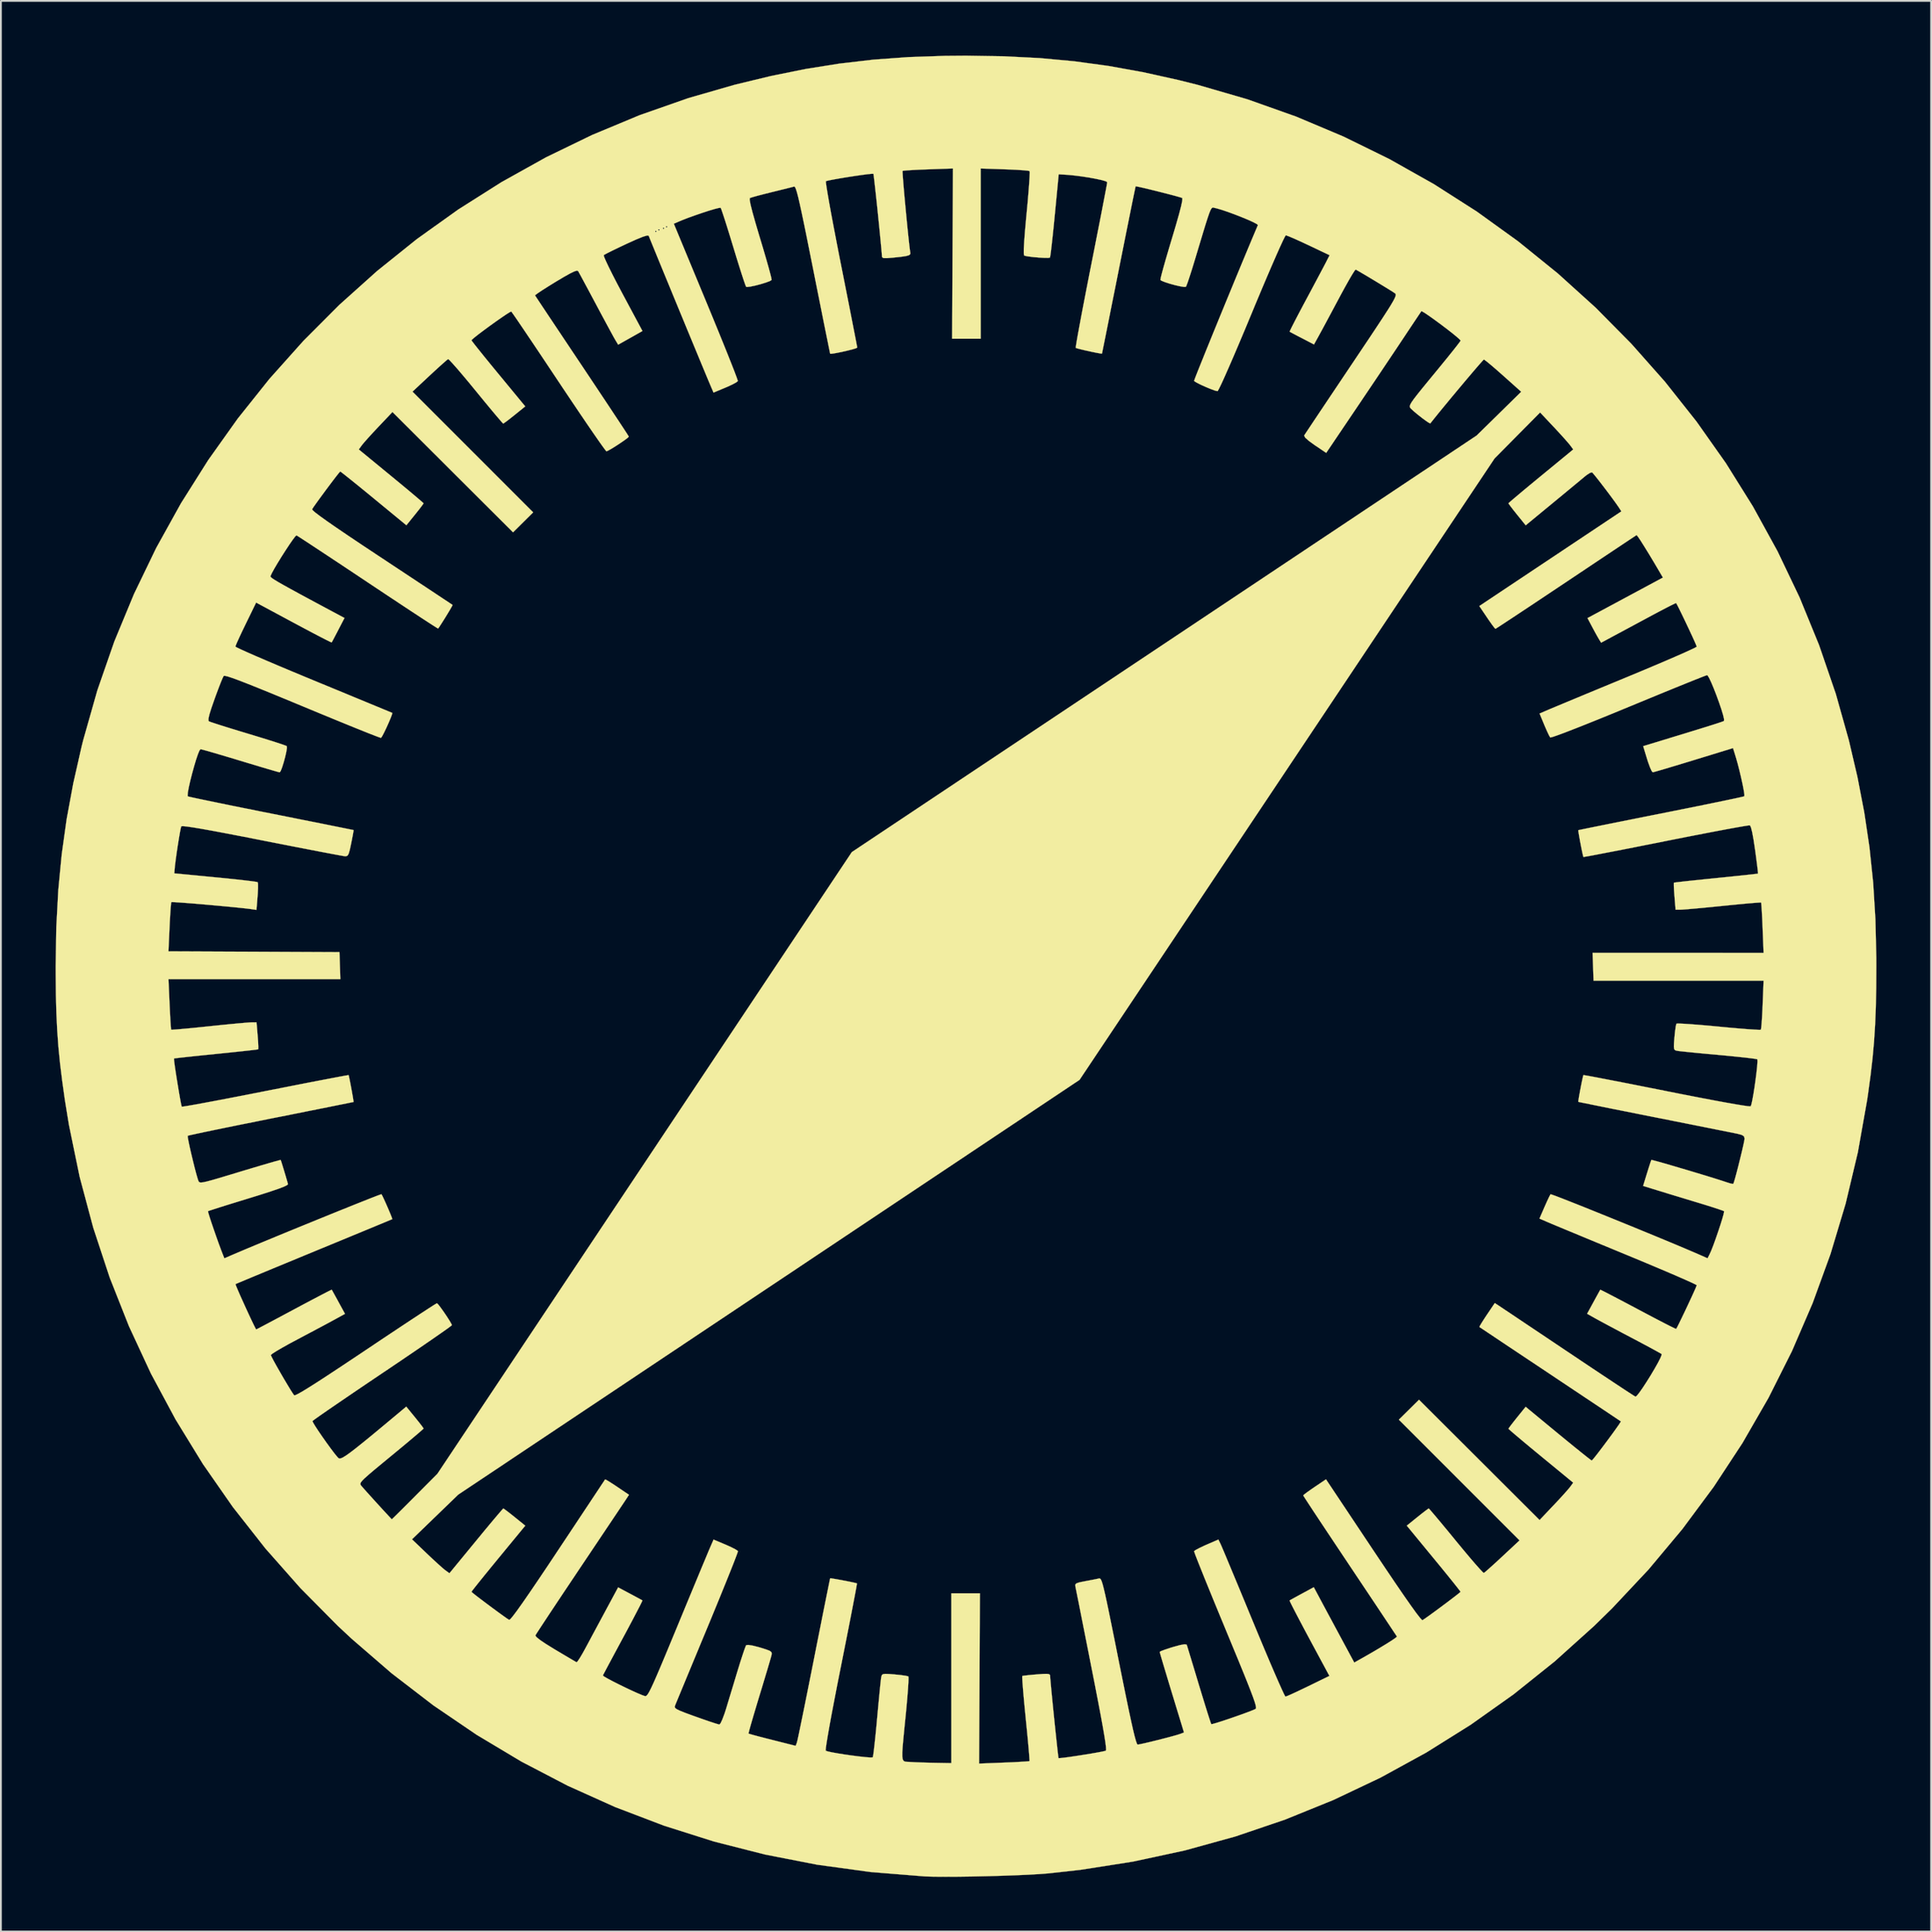
<source format=kicad_pcb>
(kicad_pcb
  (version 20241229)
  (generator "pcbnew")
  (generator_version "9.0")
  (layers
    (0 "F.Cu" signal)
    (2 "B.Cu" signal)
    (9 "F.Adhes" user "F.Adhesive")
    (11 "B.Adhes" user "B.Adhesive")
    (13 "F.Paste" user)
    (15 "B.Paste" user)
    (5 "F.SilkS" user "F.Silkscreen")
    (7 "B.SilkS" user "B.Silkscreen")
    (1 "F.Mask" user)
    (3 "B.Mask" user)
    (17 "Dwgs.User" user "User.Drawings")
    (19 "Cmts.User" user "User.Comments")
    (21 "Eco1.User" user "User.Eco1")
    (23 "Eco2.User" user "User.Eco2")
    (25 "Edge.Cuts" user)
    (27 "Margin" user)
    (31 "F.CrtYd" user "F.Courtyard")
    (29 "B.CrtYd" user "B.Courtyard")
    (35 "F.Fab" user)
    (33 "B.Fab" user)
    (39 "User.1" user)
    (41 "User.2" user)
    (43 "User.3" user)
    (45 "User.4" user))
  (footprint "safari_10x10_F"
    (layer "F.Cu")
    (at 49.906 49.906)
    (property "Reference" "safari_10x10_F" (at 0 0 0) (layer "F.SilkS") (effects (font (size 1.524 1.524) (thickness 0.3))))
    (attr through_hole)
    (fp_poly (pts (xy 2.123 -49.868) (xy 4.089 -49.768) (xy 5.984 -49.593) (xy 7.849 -49.339) (xy 9.727 -49.001) (xy 11.66 -48.573) (xy 12.742 -48.303) (xy 15.476 -47.509) (xy 18.145 -46.562) (xy 20.744 -45.467) (xy 23.268 -44.229) (xy 25.711 -42.854) (xy 28.069 -41.347) (xy 30.335 -39.713) (xy 32.506 -37.957) (xy 34.575 -36.086) (xy 36.537 -34.103) (xy 38.387 -32.015) (xy 40.12 -29.827) (xy 41.731 -27.544) (xy 43.213 -25.171) (xy 44.563 -22.713) (xy 45.774 -20.177) (xy 46.842 -17.567) (xy 47.761 -14.888) (xy 48.475 -12.348) (xy 48.946 -10.335) (xy 49.321 -8.389) (xy 49.608 -6.467) (xy 49.81 -4.526) (xy 49.933 -2.524) (xy 49.983 -0.418) (xy 49.984 0.042) (xy 49.978 1.233) (xy 49.956 2.295) (xy 49.917 3.266) (xy 49.858 4.186) (xy 49.776 5.096) (xy 49.668 6.033) (xy 49.532 7.037) (xy 49.48 7.39) (xy 48.97 10.261) (xy 48.299 13.08) (xy 47.47 15.842) (xy 46.487 18.542) (xy 45.352 21.175) (xy 44.067 23.735) (xy 42.635 26.219) (xy 41.059 28.619) (xy 39.342 30.933) (xy 37.485 33.153) (xy 35.492 35.276) (xy 34.502 36.246) (xy 32.336 38.195) (xy 30.076 40.004) (xy 27.727 41.67) (xy 25.294 43.193) (xy 22.782 44.569) (xy 20.196 45.796) (xy 17.54 46.873) (xy 14.819 47.797) (xy 12.038 48.565) (xy 9.201 49.176) (xy 6.315 49.628) (xy 4.53 49.825) (xy 4.048 49.861) (xy 3.438 49.896) (xy 2.733 49.927) (xy 1.964 49.954) (xy 1.164 49.976) (xy 0.365 49.993) (xy -0.4 50.004) (xy -1.099 50.007) (xy -1.7 50.003) (xy -2.17 49.99) (xy -2.244 49.986) (xy -5.207 49.746) (xy -8.121 49.346) (xy -10.982 48.788) (xy -13.786 48.074) (xy -16.528 47.205) (xy -19.206 46.184) (xy -21.814 45.011) (xy -24.349 43.689) (xy -26.806 42.219) (xy -29.182 40.603) (xy -31.472 38.843) (xy -33.673 36.941) (xy -34.417 36.246) (xy -36.473 34.171) (xy -38.395 31.996) (xy -38.788 31.495) (xy -30.353 31.495) (xy -29.549 32.265) (xy -29.226 32.57) (xy -28.928 32.844) (xy -28.686 33.06) (xy -28.531 33.189) (xy -28.521 33.196) (xy -28.298 33.356) (xy -26.838 31.58) (xy -26.453 31.112) (xy -26.104 30.691) (xy -25.803 30.332) (xy -25.567 30.054) (xy -25.409 29.872) (xy -25.343 29.803) (xy -25.343 29.803) (xy -25.265 29.852) (xy -25.088 29.985) (xy -24.844 30.177) (xy -24.722 30.274) (xy -24.139 30.746) (xy -25.615 32.539) (xy -26.001 33.01) (xy -26.35 33.438) (xy -26.647 33.806) (xy -26.878 34.095) (xy -27.031 34.29) (xy -27.09 34.373) (xy -27.09 34.375) (xy -27.026 34.434) (xy -26.854 34.571) (xy -26.601 34.765) (xy -26.298 34.994) (xy -25.972 35.237) (xy -25.653 35.472) (xy -25.368 35.679) (xy -25.147 35.835) (xy -25.021 35.917) (xy -24.955 35.872) (xy -24.811 35.702) (xy -24.588 35.404) (xy -24.283 34.976) (xy -23.895 34.414) (xy -23.422 33.718) (xy -22.861 32.883) (xy -22.345 32.107) (xy -21.863 31.382) (xy -21.41 30.7) (xy -20.995 30.074) (xy -20.625 29.517) (xy -20.31 29.042) (xy -20.058 28.662) (xy -19.877 28.389) (xy -19.776 28.236) (xy -19.758 28.208) (xy -19.685 28.239) (xy -19.506 28.347) (xy -19.25 28.512) (xy -19.095 28.616) (xy -18.448 29.052) (xy -18.601 29.285) (xy -18.677 29.4) (xy -18.838 29.641) (xy -19.074 29.994) (xy -19.375 30.444) (xy -19.733 30.977) (xy -20.136 31.579) (xy -20.576 32.236) (xy -21.043 32.932) (xy -21.148 33.089) (xy -21.615 33.787) (xy -22.054 34.443) (xy -22.455 35.046) (xy -22.81 35.58) (xy -23.108 36.032) (xy -23.342 36.388) (xy -23.502 36.634) (xy -23.579 36.758) (xy -23.584 36.768) (xy -23.529 36.855) (xy -23.333 37.014) (xy -23.005 37.235) (xy -22.555 37.514) (xy -22.502 37.545) (xy -22.111 37.778) (xy -21.771 37.979) (xy -21.51 38.133) (xy -21.354 38.224) (xy -21.322 38.242) (xy -21.263 38.184) (xy -21.143 38.004) (xy -20.983 37.732) (xy -20.824 37.444) (xy -20.622 37.067) (xy -20.368 36.593) (xy -20.088 36.073) (xy -19.812 35.559) (xy -19.713 35.375) (xy -19.043 34.131) (xy -18.39 34.479) (xy -18.095 34.637) (xy -17.862 34.762) (xy -17.729 34.835) (xy -17.711 34.846) (xy -17.742 34.923) (xy -17.844 35.129) (xy -18.007 35.445) (xy -18.22 35.852) (xy -18.473 36.33) (xy -18.757 36.859) (xy -18.769 36.882) (xy -19.057 37.416) (xy -19.318 37.903) (xy -19.542 38.321) (xy -19.717 38.65) (xy -19.834 38.871) (xy -19.882 38.963) (xy -19.882 38.963) (xy -19.82 39.018) (xy -19.634 39.126) (xy -19.358 39.274) (xy -19.022 39.444) (xy -18.659 39.622) (xy -18.299 39.792) (xy -17.975 39.938) (xy -17.717 40.046) (xy -17.57 40.097) (xy -17.526 40.096) (xy -17.476 40.064) (xy -17.414 39.988) (xy -17.335 39.855) (xy -17.232 39.653) (xy -17.101 39.37) (xy -16.935 38.993) (xy -16.728 38.51) (xy -16.475 37.908) (xy -16.17 37.174) (xy -15.806 36.296) (xy -15.792 36.263) (xy -15.47 35.482) (xy -15.161 34.736) (xy -14.873 34.042) (xy -14.614 33.417) (xy -14.39 32.879) (xy -14.208 32.444) (xy -14.077 32.13) (xy -14.002 31.954) (xy -13.999 31.947) (xy -13.808 31.509) (xy -13.153 31.785) (xy -12.85 31.92) (xy -12.614 32.041) (xy -12.484 32.126) (xy -12.47 32.143) (xy -12.496 32.235) (xy -12.582 32.468) (xy -12.721 32.828) (xy -12.908 33.3) (xy -13.137 33.868) (xy -13.401 34.519) (xy -13.695 35.237) (xy -14.012 36.007) (xy -14.145 36.327) (xy -14.474 37.119) (xy -14.784 37.867) (xy -15.07 38.556) (xy -15.325 39.172) (xy -15.543 39.698) (xy -15.717 40.119) (xy -15.842 40.42) (xy -15.91 40.586) (xy -15.919 40.61) (xy -15.938 40.684) (xy -15.913 40.749) (xy -15.824 40.818) (xy -15.648 40.902) (xy -15.363 41.015) (xy -14.947 41.168) (xy -14.79 41.224) (xy -14.363 41.375) (xy -13.989 41.503) (xy -13.698 41.598) (xy -13.522 41.65) (xy -13.486 41.656) (xy -13.421 41.58) (xy -13.325 41.375) (xy -13.213 41.076) (xy -13.133 40.831) (xy -13.016 40.444) (xy -12.866 39.951) (xy -12.701 39.406) (xy -12.537 38.864) (xy -12.485 38.693) (xy -12.347 38.244) (xy -12.22 37.852) (xy -12.116 37.545) (xy -12.043 37.353) (xy -12.017 37.303) (xy -11.902 37.289) (xy -11.661 37.327) (xy -11.324 37.412) (xy -11.263 37.43) (xy -10.931 37.533) (xy -10.732 37.609) (xy -10.637 37.679) (xy -10.614 37.762) (xy -10.628 37.846) (xy -10.665 37.984) (xy -10.745 38.258) (xy -10.859 38.645) (xy -11.002 39.12) (xy -11.164 39.658) (xy -11.296 40.09) (xy -11.464 40.646) (xy -11.613 41.146) (xy -11.736 41.569) (xy -11.828 41.892) (xy -11.88 42.092) (xy -11.891 42.151) (xy -11.804 42.18) (xy -11.582 42.243) (xy -11.253 42.331) (xy -10.845 42.436) (xy -10.584 42.502) (xy -9.303 42.825) (xy -9.236 42.643) (xy -9.207 42.526) (xy -9.149 42.26) (xy -9.065 41.86) (xy -8.958 41.343) (xy -8.832 40.723) (xy -8.69 40.018) (xy -8.535 39.244) (xy -8.37 38.416) (xy -8.299 38.058) (xy -8.133 37.219) (xy -7.976 36.432) (xy -7.833 35.712) (xy -7.705 35.074) (xy -7.597 34.534) (xy -7.51 34.107) (xy -7.449 33.808) (xy -7.416 33.653) (xy -7.411 33.634) (xy -7.329 33.64) (xy -7.126 33.673) (xy -6.851 33.722) (xy -6.549 33.779) (xy -6.266 33.836) (xy -6.049 33.883) (xy -5.944 33.912) (xy -5.942 33.914) (xy -5.953 33.998) (xy -5.995 34.234) (xy -6.064 34.605) (xy -6.158 35.097) (xy -6.273 35.694) (xy -6.408 36.382) (xy -6.558 37.145) (xy -6.722 37.968) (xy -6.823 38.476) (xy -7.012 39.427) (xy -7.18 40.294) (xy -7.327 41.065) (xy -7.449 41.729) (xy -7.545 42.274) (xy -7.613 42.69) (xy -7.651 42.964) (xy -7.657 43.086) (xy -7.654 43.091) (xy -7.544 43.131) (xy -7.305 43.184) (xy -6.975 43.243) (xy -6.589 43.304) (xy -6.183 43.361) (xy -5.793 43.41) (xy -5.455 43.446) (xy -5.206 43.464) (xy -5.081 43.457) (xy -5.074 43.453) (xy -5.052 43.355) (xy -5.018 43.112) (xy -4.976 42.748) (xy -4.927 42.285) (xy -4.874 41.749) (xy -4.835 41.317) (xy -4.781 40.732) (xy -4.73 40.195) (xy -4.685 39.731) (xy -4.647 39.366) (xy -4.619 39.127) (xy -4.607 39.047) (xy -4.579 38.951) (xy -4.522 38.897) (xy -4.398 38.877) (xy -4.172 38.885) (xy -3.87 38.909) (xy -3.543 38.942) (xy -3.283 38.978) (xy -3.135 39.011) (xy -3.119 39.02) (xy -3.112 39.116) (xy -3.12 39.356) (xy -3.143 39.718) (xy -3.179 40.176) (xy -3.226 40.708) (xy -3.264 41.106) (xy -3.337 41.833) (xy -3.393 42.41) (xy -3.433 42.853) (xy -3.454 43.181) (xy -3.454 43.41) (xy -3.432 43.56) (xy -3.386 43.646) (xy -3.315 43.688) (xy -3.216 43.702) (xy -3.09 43.707) (xy -3.027 43.71) (xy -2.748 43.725) (xy -2.362 43.74) (xy -1.928 43.752) (xy -1.672 43.757) (xy -0.762 43.773) (xy -0.762 34.459) (xy 0.021 34.459) (xy 0.804 34.459) (xy 0.782 39.129) (xy 0.759 43.799) (xy 2.128 43.745) (xy 2.59 43.726) (xy 2.989 43.705) (xy 3.297 43.686) (xy 3.483 43.671) (xy 3.525 43.663) (xy 3.524 43.574) (xy 3.508 43.339) (xy 3.478 42.98) (xy 3.436 42.517) (xy 3.384 41.974) (xy 3.324 41.372) (xy 3.32 41.326) (xy 3.26 40.721) (xy 3.209 40.173) (xy 3.169 39.704) (xy 3.141 39.337) (xy 3.127 39.093) (xy 3.129 38.994) (xy 3.13 38.993) (xy 3.229 38.975) (xy 3.456 38.949) (xy 3.769 38.919) (xy 3.916 38.907) (xy 4.272 38.881) (xy 4.491 38.876) (xy 4.607 38.897) (xy 4.651 38.946) (xy 4.657 38.997) (xy 4.665 39.128) (xy 4.688 39.392) (xy 4.722 39.764) (xy 4.766 40.215) (xy 4.816 40.72) (xy 4.87 41.252) (xy 4.925 41.783) (xy 4.978 42.286) (xy 5.026 42.736) (xy 5.066 43.104) (xy 5.097 43.365) (xy 5.115 43.491) (xy 5.117 43.499) (xy 5.208 43.498) (xy 5.43 43.474) (xy 5.748 43.431) (xy 6.126 43.375) (xy 6.53 43.312) (xy 6.924 43.248) (xy 7.273 43.187) (xy 7.541 43.135) (xy 7.693 43.099) (xy 7.712 43.091) (xy 7.727 43.031) (xy 7.719 42.877) (xy 7.687 42.62) (xy 7.629 42.25) (xy 7.544 41.758) (xy 7.43 41.136) (xy 7.286 40.374) (xy 7.109 39.462) (xy 6.947 38.638) (xy 6.781 37.795) (xy 6.623 36.998) (xy 6.478 36.264) (xy 6.348 35.609) (xy 6.237 35.049) (xy 6.147 34.6) (xy 6.083 34.279) (xy 6.047 34.101) (xy 6.041 34.073) (xy 6.037 33.977) (xy 6.099 33.911) (xy 6.262 33.856) (xy 6.557 33.797) (xy 6.578 33.793) (xy 6.897 33.733) (xy 7.171 33.679) (xy 7.331 33.644) (xy 7.371 33.641) (xy 7.408 33.659) (xy 7.447 33.711) (xy 7.49 33.811) (xy 7.54 33.97) (xy 7.6 34.202) (xy 7.675 34.52) (xy 7.765 34.935) (xy 7.875 35.462) (xy 8.008 36.112) (xy 8.167 36.898) (xy 8.354 37.834) (xy 8.423 38.179) (xy 8.634 39.228) (xy 8.816 40.119) (xy 8.97 40.864) (xy 9.1 41.469) (xy 9.207 41.947) (xy 9.294 42.304) (xy 9.363 42.552) (xy 9.415 42.699) (xy 9.452 42.756) (xy 9.458 42.757) (xy 9.588 42.736) (xy 9.842 42.681) (xy 10.182 42.601) (xy 10.568 42.506) (xy 10.961 42.406) (xy 11.321 42.31) (xy 11.611 42.229) (xy 11.79 42.172) (xy 11.793 42.171) (xy 12.001 42.092) (xy 11.334 39.906) (xy 11.158 39.327) (xy 11 38.802) (xy 10.865 38.352) (xy 10.761 38) (xy 10.693 37.766) (xy 10.668 37.671) (xy 10.668 37.671) (xy 10.743 37.627) (xy 10.945 37.55) (xy 11.237 37.453) (xy 11.394 37.405) (xy 11.787 37.297) (xy 12.034 37.253) (xy 12.146 37.272) (xy 12.152 37.284) (xy 12.185 37.388) (xy 12.259 37.632) (xy 12.369 37.993) (xy 12.507 38.448) (xy 12.666 38.975) (xy 12.82 39.487) (xy 12.993 40.055) (xy 13.151 40.568) (xy 13.287 41.005) (xy 13.395 41.343) (xy 13.468 41.561) (xy 13.498 41.636) (xy 13.586 41.622) (xy 13.798 41.561) (xy 14.102 41.465) (xy 14.463 41.345) (xy 14.847 41.212) (xy 15.222 41.079) (xy 15.552 40.957) (xy 15.804 40.858) (xy 15.928 40.802) (xy 15.951 40.769) (xy 15.952 40.697) (xy 15.927 40.575) (xy 15.871 40.389) (xy 15.78 40.129) (xy 15.649 39.782) (xy 15.474 39.337) (xy 15.25 38.781) (xy 14.973 38.104) (xy 14.638 37.293) (xy 14.299 36.473) (xy 13.967 35.671) (xy 13.656 34.916) (xy 13.372 34.222) (xy 13.121 33.604) (xy 12.909 33.076) (xy 12.741 32.653) (xy 12.623 32.349) (xy 12.562 32.178) (xy 12.554 32.146) (xy 12.637 32.083) (xy 12.839 31.975) (xy 13.121 31.841) (xy 13.232 31.792) (xy 13.887 31.508) (xy 14 31.735) (xy 14.053 31.855) (xy 14.165 32.117) (xy 14.328 32.504) (xy 14.535 33.001) (xy 14.781 33.591) (xy 15.06 34.261) (xy 15.363 34.993) (xy 15.685 35.773) (xy 15.798 36.046) (xy 16.123 36.83) (xy 16.431 37.564) (xy 16.714 38.234) (xy 16.968 38.825) (xy 17.186 39.323) (xy 17.361 39.714) (xy 17.486 39.983) (xy 17.557 40.115) (xy 17.568 40.126) (xy 17.67 40.089) (xy 17.896 39.991) (xy 18.216 39.843) (xy 18.602 39.659) (xy 18.816 39.556) (xy 19.979 38.989) (xy 18.871 36.93) (xy 18.583 36.392) (xy 18.326 35.905) (xy 18.108 35.489) (xy 17.94 35.161) (xy 17.831 34.942) (xy 17.793 34.85) (xy 17.793 34.849) (xy 17.876 34.801) (xy 18.072 34.693) (xy 18.345 34.544) (xy 18.472 34.475) (xy 19.122 34.123) (xy 19.563 34.948) (xy 19.764 35.324) (xy 20.019 35.798) (xy 20.298 36.317) (xy 20.574 36.831) (xy 20.673 37.014) (xy 21.342 38.257) (xy 21.868 37.96) (xy 22.329 37.696) (xy 22.756 37.443) (xy 23.128 37.217) (xy 23.422 37.03) (xy 23.614 36.897) (xy 23.683 36.831) (xy 23.683 36.83) (xy 23.634 36.754) (xy 23.499 36.55) (xy 23.287 36.231) (xy 23.007 35.81) (xy 22.668 35.3) (xy 22.277 34.714) (xy 21.844 34.066) (xy 21.377 33.367) (xy 21.103 32.957) (xy 20.622 32.236) (xy 20.17 31.558) (xy 19.756 30.936) (xy 19.388 30.382) (xy 19.076 29.91) (xy 18.828 29.532) (xy 18.652 29.262) (xy 18.557 29.113) (xy 18.542 29.086) (xy 18.607 29.024) (xy 18.782 28.892) (xy 19.035 28.714) (xy 19.166 28.625) (xy 19.791 28.203) (xy 22.386 32.097) (xy 23.038 33.07) (xy 23.599 33.901) (xy 24.07 34.589) (xy 24.452 35.135) (xy 24.744 35.539) (xy 24.948 35.802) (xy 25.062 35.923) (xy 25.085 35.932) (xy 25.213 35.848) (xy 25.434 35.692) (xy 25.719 35.485) (xy 26.039 35.249) (xy 26.367 35.005) (xy 26.672 34.774) (xy 26.928 34.578) (xy 27.105 34.438) (xy 27.174 34.375) (xy 27.174 34.375) (xy 27.123 34.301) (xy 26.978 34.114) (xy 26.752 33.83) (xy 26.46 33.468) (xy 26.115 33.044) (xy 25.731 32.576) (xy 25.7 32.539) (xy 24.224 30.745) (xy 24.808 30.274) (xy 25.071 30.064) (xy 25.282 29.902) (xy 25.408 29.813) (xy 25.428 29.803) (xy 25.49 29.866) (xy 25.643 30.043) (xy 25.876 30.318) (xy 26.173 30.674) (xy 26.52 31.093) (xy 26.903 31.56) (xy 26.923 31.585) (xy 27.309 32.052) (xy 27.661 32.472) (xy 27.966 32.828) (xy 28.209 33.102) (xy 28.375 33.279) (xy 28.45 33.342) (xy 28.451 33.342) (xy 28.534 33.278) (xy 28.717 33.118) (xy 28.977 32.885) (xy 29.291 32.597) (xy 29.465 32.435) (xy 30.41 31.554) (xy 27.1 28.243) (xy 23.789 24.931) (xy 24.342 24.384) (xy 24.894 23.837) (xy 28.201 27.137) (xy 31.509 30.438) (xy 32.272 29.633) (xy 32.575 29.311) (xy 32.847 29.013) (xy 33.061 28.771) (xy 33.188 28.616) (xy 33.195 28.608) (xy 33.354 28.386) (xy 31.578 26.926) (xy 31.111 26.541) (xy 30.69 26.191) (xy 30.332 25.89) (xy 30.053 25.654) (xy 29.871 25.495) (xy 29.803 25.429) (xy 29.803 25.428) (xy 29.852 25.35) (xy 29.985 25.173) (xy 30.177 24.929) (xy 30.274 24.808) (xy 30.745 24.225) (xy 32.535 25.702) (xy 33.006 26.088) (xy 33.434 26.437) (xy 33.801 26.733) (xy 34.091 26.964) (xy 34.287 27.116) (xy 34.37 27.174) (xy 34.371 27.174) (xy 34.435 27.11) (xy 34.576 26.937) (xy 34.771 26.685) (xy 35.002 26.381) (xy 35.247 26.053) (xy 35.486 25.729) (xy 35.697 25.436) (xy 35.86 25.204) (xy 35.954 25.059) (xy 35.969 25.025) (xy 35.895 24.975) (xy 35.694 24.84) (xy 35.377 24.628) (xy 34.958 24.348) (xy 34.449 24.009) (xy 33.864 23.619) (xy 33.215 23.186) (xy 32.516 22.719) (xy 32.089 22.434) (xy 31.366 21.952) (xy 30.686 21.499) (xy 30.062 21.083) (xy 29.507 20.713) (xy 29.034 20.397) (xy 28.656 20.145) (xy 28.385 19.964) (xy 28.235 19.864) (xy 28.208 19.846) (xy 28.239 19.772) (xy 28.348 19.591) (xy 28.513 19.334) (xy 28.616 19.179) (xy 29.052 18.533) (xy 29.284 18.685) (xy 29.398 18.762) (xy 29.639 18.923) (xy 29.992 19.158) (xy 30.442 19.46) (xy 30.975 19.817) (xy 31.577 20.22) (xy 32.234 20.66) (xy 32.93 21.127) (xy 33.09 21.233) (xy 33.788 21.701) (xy 34.445 22.14) (xy 35.048 22.541) (xy 35.582 22.895) (xy 36.034 23.194) (xy 36.391 23.428) (xy 36.637 23.588) (xy 36.761 23.664) (xy 36.771 23.67) (xy 36.847 23.615) (xy 36.986 23.442) (xy 37.17 23.179) (xy 37.381 22.856) (xy 37.601 22.504) (xy 37.811 22.151) (xy 37.994 21.827) (xy 38.131 21.562) (xy 38.203 21.386) (xy 38.206 21.33) (xy 38.115 21.275) (xy 37.897 21.154) (xy 37.576 20.979) (xy 37.174 20.764) (xy 36.715 20.52) (xy 36.576 20.447) (xy 36.073 20.182) (xy 35.592 19.926) (xy 35.162 19.696) (xy 34.816 19.51) (xy 34.585 19.383) (xy 34.563 19.371) (xy 34.117 19.12) (xy 34.471 18.471) (xy 34.631 18.178) (xy 34.757 17.949) (xy 34.829 17.819) (xy 34.839 17.802) (xy 34.914 17.835) (xy 35.119 17.938) (xy 35.435 18.101) (xy 35.843 18.314) (xy 36.324 18.567) (xy 36.857 18.85) (xy 36.915 18.881) (xy 37.453 19.166) (xy 37.942 19.423) (xy 38.36 19.64) (xy 38.688 19.807) (xy 38.908 19.915) (xy 39.001 19.955) (xy 39.002 19.954) (xy 39.054 19.864) (xy 39.16 19.653) (xy 39.305 19.355) (xy 39.474 19.003) (xy 39.651 18.628) (xy 39.82 18.265) (xy 39.966 17.946) (xy 40.074 17.703) (xy 40.128 17.569) (xy 40.132 17.555) (xy 40.056 17.509) (xy 39.838 17.405) (xy 39.494 17.25) (xy 39.037 17.05) (xy 38.484 16.812) (xy 37.848 16.543) (xy 37.145 16.248) (xy 36.39 15.934) (xy 36.258 15.88) (xy 35.478 15.557) (xy 34.732 15.249) (xy 34.038 14.961) (xy 33.414 14.702) (xy 32.875 14.479) (xy 32.44 14.298) (xy 32.126 14.166) (xy 31.951 14.092) (xy 31.944 14.089) (xy 31.503 13.898) (xy 31.782 13.256) (xy 31.917 12.954) (xy 32.029 12.715) (xy 32.101 12.578) (xy 32.112 12.564) (xy 32.195 12.587) (xy 32.418 12.668) (xy 32.761 12.8) (xy 33.209 12.976) (xy 33.744 13.188) (xy 34.348 13.43) (xy 35.004 13.695) (xy 35.695 13.975) (xy 36.403 14.263) (xy 37.11 14.553) (xy 37.8 14.837) (xy 38.455 15.108) (xy 39.057 15.359) (xy 39.589 15.584) (xy 40.034 15.774) (xy 40.28 15.881) (xy 40.725 16.078) (xy 40.841 15.849) (xy 40.931 15.648) (xy 41.046 15.352) (xy 41.175 14.995) (xy 41.307 14.613) (xy 41.431 14.239) (xy 41.534 13.907) (xy 41.605 13.653) (xy 41.633 13.51) (xy 41.63 13.492) (xy 41.536 13.453) (xy 41.307 13.374) (xy 40.972 13.265) (xy 40.557 13.135) (xy 40.2 13.026) (xy 39.664 12.864) (xy 39.112 12.696) (xy 38.594 12.539) (xy 38.162 12.406) (xy 38.004 12.358) (xy 37.189 12.106) (xy 37.404 11.408) (xy 37.503 11.09) (xy 37.584 10.841) (xy 37.634 10.698) (xy 37.642 10.681) (xy 37.725 10.696) (xy 37.943 10.754) (xy 38.272 10.846) (xy 38.683 10.965) (xy 39.153 11.103) (xy 39.654 11.251) (xy 40.16 11.403) (xy 40.646 11.55) (xy 41.086 11.686) (xy 41.452 11.801) (xy 41.72 11.889) (xy 41.775 11.908) (xy 41.987 11.974) (xy 42.119 11.999) (xy 42.135 11.995) (xy 42.172 11.899) (xy 42.239 11.673) (xy 42.325 11.355) (xy 42.422 10.98) (xy 42.52 10.583) (xy 42.612 10.202) (xy 42.688 9.871) (xy 42.739 9.627) (xy 42.756 9.511) (xy 42.726 9.391) (xy 42.61 9.311) (xy 42.365 9.245) (xy 42.355 9.243) (xy 42.193 9.21) (xy 41.883 9.147) (xy 41.442 9.059) (xy 40.889 8.948) (xy 40.241 8.819) (xy 39.517 8.674) (xy 38.733 8.518) (xy 37.907 8.354) (xy 37.804 8.333) (xy 36.99 8.171) (xy 36.229 8.019) (xy 35.535 7.881) (xy 34.925 7.758) (xy 34.415 7.655) (xy 34.02 7.575) (xy 33.756 7.521) (xy 33.639 7.495) (xy 33.634 7.494) (xy 33.64 7.412) (xy 33.672 7.211) (xy 33.722 6.936) (xy 33.779 6.634) (xy 33.836 6.352) (xy 33.883 6.135) (xy 33.912 6.029) (xy 33.914 6.027) (xy 33.998 6.038) (xy 34.234 6.079) (xy 34.605 6.148) (xy 35.097 6.242) (xy 35.694 6.358) (xy 36.382 6.492) (xy 37.145 6.643) (xy 37.968 6.806) (xy 38.476 6.908) (xy 39.427 7.096) (xy 40.294 7.265) (xy 41.065 7.411) (xy 41.729 7.534) (xy 42.274 7.63) (xy 42.69 7.698) (xy 42.964 7.736) (xy 43.086 7.741) (xy 43.091 7.739) (xy 43.131 7.629) (xy 43.184 7.39) (xy 43.243 7.06) (xy 43.304 6.674) (xy 43.361 6.267) (xy 43.41 5.878) (xy 43.446 5.54) (xy 43.464 5.29) (xy 43.457 5.165) (xy 43.453 5.159) (xy 43.355 5.137) (xy 43.112 5.103) (xy 42.748 5.06) (xy 42.285 5.012) (xy 41.749 4.959) (xy 41.317 4.919) (xy 40.732 4.866) (xy 40.195 4.815) (xy 39.731 4.769) (xy 39.366 4.731) (xy 39.127 4.704) (xy 39.047 4.692) (xy 38.951 4.664) (xy 38.897 4.606) (xy 38.877 4.482) (xy 38.885 4.257) (xy 38.909 3.955) (xy 38.942 3.627) (xy 38.978 3.368) (xy 39.011 3.221) (xy 39.02 3.205) (xy 39.115 3.198) (xy 39.357 3.207) (xy 39.721 3.23) (xy 40.187 3.265) (xy 40.732 3.311) (xy 41.333 3.367) (xy 41.338 3.368) (xy 41.939 3.424) (xy 42.483 3.471) (xy 42.948 3.508) (xy 43.313 3.532) (xy 43.554 3.543) (xy 43.649 3.539) (xy 43.649 3.539) (xy 43.668 3.442) (xy 43.69 3.207) (xy 43.714 2.862) (xy 43.736 2.438) (xy 43.747 2.169) (xy 43.799 0.847) (xy 39.135 0.847) (xy 34.471 0.847) (xy 34.444 0.084) (xy 34.417 -0.678) (xy 39.108 -0.678) (xy 43.799 -0.677) (xy 43.745 -2.044) (xy 43.726 -2.507) (xy 43.705 -2.906) (xy 43.686 -3.213) (xy 43.67 -3.398) (xy 43.662 -3.441) (xy 43.574 -3.44) (xy 43.34 -3.424) (xy 42.984 -3.395) (xy 42.529 -3.353) (xy 41.998 -3.302) (xy 41.565 -3.259) (xy 40.977 -3.2) (xy 40.431 -3.147) (xy 39.956 -3.104) (xy 39.577 -3.071) (xy 39.322 -3.052) (xy 39.233 -3.048) (xy 38.97 -3.048) (xy 38.911 -3.777) (xy 38.887 -4.107) (xy 38.874 -4.365) (xy 38.874 -4.511) (xy 38.878 -4.529) (xy 38.966 -4.543) (xy 39.2 -4.571) (xy 39.559 -4.612) (xy 40.02 -4.661) (xy 40.562 -4.717) (xy 41.163 -4.778) (xy 41.19 -4.781) (xy 41.792 -4.842) (xy 42.336 -4.898) (xy 42.8 -4.946) (xy 43.162 -4.986) (xy 43.4 -5.013) (xy 43.493 -5.026) (xy 43.493 -5.026) (xy 43.488 -5.111) (xy 43.463 -5.335) (xy 43.421 -5.668) (xy 43.367 -6.082) (xy 43.332 -6.339) (xy 43.251 -6.879) (xy 43.176 -7.29) (xy 43.108 -7.559) (xy 43.052 -7.674) (xy 43.048 -7.676) (xy 42.947 -7.668) (xy 42.695 -7.628) (xy 42.309 -7.561) (xy 41.804 -7.469) (xy 41.195 -7.354) (xy 40.498 -7.221) (xy 39.728 -7.071) (xy 38.901 -6.908) (xy 38.438 -6.816) (xy 37.59 -6.646) (xy 36.794 -6.489) (xy 36.064 -6.345) (xy 35.415 -6.219) (xy 34.863 -6.113) (xy 34.424 -6.029) (xy 34.111 -5.972) (xy 33.941 -5.944) (xy 33.914 -5.942) (xy 33.887 -6.034) (xy 33.841 -6.242) (xy 33.785 -6.521) (xy 33.727 -6.823) (xy 33.677 -7.103) (xy 33.642 -7.313) (xy 33.633 -7.409) (xy 33.634 -7.41) (xy 33.719 -7.429) (xy 33.954 -7.478) (xy 34.325 -7.554) (xy 34.817 -7.653) (xy 35.415 -7.773) (xy 36.102 -7.911) (xy 36.865 -8.064) (xy 37.687 -8.228) (xy 38.175 -8.325) (xy 39.026 -8.495) (xy 39.827 -8.656) (xy 40.561 -8.805) (xy 41.215 -8.939) (xy 41.772 -9.055) (xy 42.217 -9.149) (xy 42.536 -9.219) (xy 42.712 -9.261) (xy 42.743 -9.271) (xy 42.745 -9.37) (xy 42.711 -9.597) (xy 42.649 -9.918) (xy 42.566 -10.297) (xy 42.471 -10.699) (xy 42.37 -11.089) (xy 42.271 -11.432) (xy 42.269 -11.439) (xy 42.122 -11.914) (xy 39.963 -11.252) (xy 39.385 -11.076) (xy 38.859 -10.917) (xy 38.408 -10.782) (xy 38.052 -10.677) (xy 37.814 -10.61) (xy 37.717 -10.586) (xy 37.656 -10.66) (xy 37.565 -10.861) (xy 37.46 -11.151) (xy 37.412 -11.302) (xy 37.193 -12.02) (xy 37.922 -12.242) (xy 38.813 -12.514) (xy 39.554 -12.74) (xy 40.159 -12.926) (xy 40.64 -13.075) (xy 41.009 -13.191) (xy 41.279 -13.277) (xy 41.463 -13.339) (xy 41.574 -13.379) (xy 41.624 -13.402) (xy 41.628 -13.405) (xy 41.629 -13.51) (xy 41.576 -13.735) (xy 41.481 -14.049) (xy 41.356 -14.416) (xy 41.215 -14.805) (xy 41.068 -15.182) (xy 40.93 -15.512) (xy 40.811 -15.763) (xy 40.725 -15.901) (xy 40.699 -15.917) (xy 40.605 -15.886) (xy 40.369 -15.795) (xy 40.007 -15.651) (xy 39.531 -15.46) (xy 38.959 -15.228) (xy 38.303 -14.96) (xy 37.579 -14.662) (xy 36.802 -14.342) (xy 36.384 -14.169) (xy 35.528 -13.816) (xy 34.739 -13.495) (xy 34.029 -13.21) (xy 33.411 -12.966) (xy 32.898 -12.767) (xy 32.5 -12.62) (xy 32.231 -12.527) (xy 32.102 -12.495) (xy 32.094 -12.497) (xy 32.029 -12.607) (xy 31.922 -12.831) (xy 31.794 -13.124) (xy 31.766 -13.191) (xy 31.509 -13.809) (xy 31.947 -13.999) (xy 32.112 -14.069) (xy 32.416 -14.196) (xy 32.843 -14.374) (xy 33.374 -14.595) (xy 33.992 -14.852) (xy 34.682 -15.138) (xy 35.424 -15.445) (xy 36.202 -15.767) (xy 36.258 -15.79) (xy 37.021 -16.107) (xy 37.734 -16.407) (xy 38.382 -16.682) (xy 38.951 -16.928) (xy 39.425 -17.136) (xy 39.789 -17.302) (xy 40.029 -17.417) (xy 40.13 -17.476) (xy 40.132 -17.48) (xy 40.097 -17.574) (xy 40.004 -17.788) (xy 39.867 -18.088) (xy 39.702 -18.442) (xy 39.525 -18.816) (xy 39.352 -19.178) (xy 39.197 -19.495) (xy 39.077 -19.733) (xy 39.007 -19.861) (xy 38.999 -19.873) (xy 38.921 -19.841) (xy 38.719 -19.742) (xy 38.415 -19.586) (xy 38.034 -19.386) (xy 37.628 -19.17) (xy 37.132 -18.903) (xy 36.629 -18.633) (xy 36.161 -18.381) (xy 35.773 -18.173) (xy 35.583 -18.071) (xy 34.886 -17.696) (xy 34.769 -17.886) (xy 34.667 -18.062) (xy 34.522 -18.325) (xy 34.395 -18.561) (xy 34.139 -19.046) (xy 36.207 -20.157) (xy 38.276 -21.269) (xy 38.095 -21.578) (xy 37.785 -22.104) (xy 37.499 -22.579) (xy 37.249 -22.984) (xy 37.048 -23.302) (xy 36.906 -23.512) (xy 36.834 -23.598) (xy 36.83 -23.599) (xy 36.754 -23.549) (xy 36.549 -23.415) (xy 36.231 -23.203) (xy 35.81 -22.923) (xy 35.3 -22.583) (xy 34.714 -22.192) (xy 34.066 -21.759) (xy 33.367 -21.292) (xy 32.957 -21.018) (xy 32.236 -20.537) (xy 31.558 -20.085) (xy 30.936 -19.671) (xy 30.382 -19.304) (xy 29.91 -18.992) (xy 29.532 -18.743) (xy 29.262 -18.567) (xy 29.113 -18.472) (xy 29.086 -18.457) (xy 29.024 -18.523) (xy 28.892 -18.698) (xy 28.714 -18.95) (xy 28.625 -19.082) (xy 28.203 -19.706) (xy 35.997 -24.901) (xy 35.849 -25.129) (xy 35.719 -25.317) (xy 35.528 -25.58) (xy 35.299 -25.889) (xy 35.054 -26.212) (xy 34.817 -26.52) (xy 34.612 -26.781) (xy 34.46 -26.966) (xy 34.388 -27.043) (xy 34.287 -27.019) (xy 34.109 -26.908) (xy 33.985 -26.81) (xy 33.822 -26.674) (xy 33.552 -26.45) (xy 33.201 -26.16) (xy 32.794 -25.823) (xy 32.353 -25.46) (xy 32.201 -25.334) (xy 30.748 -24.137) (xy 30.275 -24.722) (xy 30.065 -24.985) (xy 29.903 -25.196) (xy 29.813 -25.322) (xy 29.803 -25.343) (xy 29.865 -25.404) (xy 30.042 -25.558) (xy 30.317 -25.79) (xy 30.672 -26.088) (xy 31.091 -26.435) (xy 31.556 -26.819) (xy 31.58 -26.838) (xy 33.356 -28.298) (xy 33.192 -28.521) (xy 33.071 -28.668) (xy 32.863 -28.905) (xy 32.595 -29.201) (xy 32.297 -29.522) (xy 32.283 -29.536) (xy 31.538 -30.328) (xy 30.289 -29.067) (xy 29.04 -27.805) (xy 17.655 -10.759) (xy 6.27 6.288) (xy -10.771 17.664) (xy -27.813 29.04) (xy -30.353 31.495) (xy -38.788 31.495) (xy -40.179 29.726) (xy -41.822 27.366) (xy -43.322 24.921) (xy -44.677 22.397) (xy -45.884 19.797) (xy -46.939 17.129) (xy -47.841 14.395) (xy -48.587 11.603) (xy -49.174 8.756) (xy -49.396 7.39) (xy -49.542 6.354) (xy -49.659 5.4) (xy -49.75 4.488) (xy -49.816 3.579) (xy -49.862 2.634) (xy -49.889 1.612) (xy -49.9 0.475) (xy -49.901 0.042) (xy -49.888 -0.763) (xy -43.714 -0.763) (xy -39.023 -0.742) (xy -34.332 -0.72) (xy -34.308 0.021) (xy -34.283 0.762) (xy -43.713 0.762) (xy -43.653 2.136) (xy -43.631 2.6) (xy -43.609 3) (xy -43.589 3.307) (xy -43.573 3.494) (xy -43.565 3.538) (xy -43.477 3.537) (xy -43.244 3.52) (xy -42.889 3.488) (xy -42.435 3.446) (xy -41.905 3.393) (xy -41.478 3.349) (xy -40.891 3.288) (xy -40.346 3.234) (xy -39.871 3.189) (xy -39.492 3.156) (xy -39.238 3.137) (xy -39.15 3.133) (xy -38.882 3.133) (xy -38.822 3.858) (xy -38.797 4.189) (xy -38.785 4.447) (xy -38.786 4.593) (xy -38.79 4.61) (xy -38.879 4.626) (xy -39.114 4.655) (xy -39.474 4.695) (xy -39.936 4.745) (xy -40.478 4.802) (xy -41.079 4.863) (xy -41.106 4.866) (xy -41.708 4.927) (xy -42.252 4.983) (xy -42.716 5.032) (xy -43.079 5.072) (xy -43.318 5.1) (xy -43.411 5.114) (xy -43.411 5.114) (xy -43.408 5.202) (xy -43.381 5.422) (xy -43.336 5.739) (xy -43.278 6.118) (xy -43.212 6.525) (xy -43.146 6.924) (xy -43.084 7.281) (xy -43.032 7.561) (xy -42.995 7.728) (xy -42.983 7.76) (xy -42.894 7.752) (xy -42.655 7.714) (xy -42.279 7.649) (xy -41.784 7.558) (xy -41.183 7.445) (xy -40.492 7.314) (xy -39.726 7.166) (xy -38.901 7.004) (xy -38.393 6.904) (xy -37.541 6.736) (xy -36.74 6.579) (xy -36.006 6.435) (xy -35.353 6.309) (xy -34.797 6.203) (xy -34.353 6.119) (xy -34.036 6.061) (xy -33.861 6.031) (xy -33.83 6.029) (xy -33.808 6.117) (xy -33.765 6.323) (xy -33.712 6.6) (xy -33.656 6.902) (xy -33.606 7.183) (xy -33.571 7.397) (xy -33.558 7.498) (xy -33.558 7.501) (xy -33.641 7.518) (xy -33.875 7.566) (xy -34.245 7.64) (xy -34.735 7.739) (xy -35.331 7.858) (xy -36.017 7.995) (xy -36.779 8.148) (xy -37.601 8.312) (xy -38.091 8.409) (xy -38.942 8.58) (xy -39.743 8.741) (xy -40.477 8.89) (xy -41.131 9.024) (xy -41.688 9.14) (xy -42.133 9.235) (xy -42.451 9.304) (xy -42.627 9.346) (xy -42.658 9.356) (xy -42.653 9.447) (xy -42.613 9.667) (xy -42.547 9.981) (xy -42.462 10.353) (xy -42.367 10.749) (xy -42.271 11.134) (xy -42.181 11.472) (xy -42.106 11.729) (xy -42.074 11.822) (xy -42.049 11.875) (xy -42.008 11.909) (xy -41.933 11.921) (xy -41.803 11.907) (xy -41.602 11.862) (xy -41.311 11.784) (xy -40.911 11.668) (xy -40.385 11.51) (xy -39.791 11.33) (xy -39.209 11.155) (xy -38.684 10.998) (xy -38.235 10.867) (xy -37.884 10.766) (xy -37.651 10.703) (xy -37.557 10.683) (xy -37.556 10.684) (xy -37.526 10.769) (xy -37.463 10.97) (xy -37.381 11.24) (xy -37.293 11.533) (xy -37.215 11.801) (xy -37.159 11.998) (xy -37.156 12.008) (xy -37.204 12.062) (xy -37.376 12.146) (xy -37.68 12.263) (xy -38.124 12.414) (xy -38.716 12.604) (xy -39.32 12.791) (xy -39.9 12.969) (xy -40.424 13.131) (xy -40.872 13.271) (xy -41.222 13.383) (xy -41.454 13.459) (xy -41.545 13.492) (xy -41.546 13.493) (xy -41.529 13.577) (xy -41.465 13.788) (xy -41.366 14.092) (xy -41.242 14.458) (xy -41.105 14.852) (xy -40.966 15.243) (xy -40.836 15.596) (xy -40.738 15.851) (xy -40.647 16.08) (xy -40.284 15.922) (xy -39.909 15.761) (xy -39.435 15.561) (xy -38.878 15.328) (xy -38.257 15.071) (xy -37.588 14.794) (xy -36.889 14.507) (xy -36.176 14.216) (xy -35.468 13.927) (xy -34.781 13.648) (xy -34.133 13.386) (xy -33.542 13.149) (xy -33.023 12.942) (xy -32.596 12.773) (xy -32.276 12.649) (xy -32.082 12.578) (xy -32.028 12.563) (xy -31.977 12.654) (xy -31.883 12.852) (xy -31.766 13.112) (xy -31.644 13.393) (xy -31.535 13.651) (xy -31.459 13.844) (xy -31.434 13.928) (xy -31.434 13.929) (xy -31.514 13.963) (xy -31.736 14.055) (xy -32.086 14.2) (xy -32.549 14.392) (xy -33.113 14.625) (xy -33.761 14.893) (xy -34.48 15.19) (xy -35.256 15.51) (xy -35.729 15.705) (xy -36.532 16.037) (xy -37.287 16.349) (xy -37.98 16.635) (xy -38.596 16.891) (xy -39.121 17.109) (xy -39.54 17.284) (xy -39.84 17.409) (xy -40.007 17.48) (xy -40.036 17.493) (xy -40.012 17.572) (xy -39.929 17.772) (xy -39.803 18.063) (xy -39.647 18.412) (xy -39.476 18.788) (xy -39.305 19.16) (xy -39.147 19.497) (xy -39.017 19.766) (xy -38.93 19.937) (xy -38.9 19.981) (xy -38.823 19.943) (xy -38.616 19.835) (xy -38.298 19.667) (xy -37.889 19.45) (xy -37.408 19.193) (xy -36.874 18.908) (xy -36.824 18.881) (xy -36.287 18.594) (xy -35.801 18.337) (xy -35.386 18.119) (xy -35.061 17.95) (xy -34.844 17.841) (xy -34.756 17.801) (xy -34.755 17.801) (xy -34.711 17.88) (xy -34.605 18.072) (xy -34.456 18.343) (xy -34.385 18.474) (xy -34.029 19.125) (xy -34.616 19.447) (xy -34.884 19.593) (xy -35.265 19.797) (xy -35.722 20.04) (xy -36.217 20.303) (xy -36.649 20.532) (xy -37.098 20.772) (xy -37.49 20.991) (xy -37.802 21.175) (xy -38.012 21.309) (xy -38.097 21.382) (xy -38.098 21.385) (xy -38.057 21.481) (xy -37.948 21.691) (xy -37.788 21.98) (xy -37.596 22.318) (xy -37.39 22.673) (xy -37.189 23.011) (xy -37.013 23.301) (xy -36.878 23.511) (xy -36.819 23.593) (xy -36.753 23.586) (xy -36.595 23.511) (xy -36.337 23.364) (xy -35.974 23.141) (xy -35.5 22.84) (xy -34.908 22.454) (xy -34.192 21.982) (xy -33.346 21.419) (xy -32.895 21.117) (xy -32.172 20.633) (xy -31.492 20.18) (xy -30.866 19.764) (xy -30.308 19.395) (xy -29.83 19.081) (xy -29.447 18.832) (xy -29.171 18.654) (xy -29.014 18.558) (xy -28.984 18.543) (xy -28.914 18.608) (xy -28.783 18.777) (xy -28.617 19.009) (xy -28.445 19.263) (xy -28.294 19.499) (xy -28.191 19.677) (xy -28.163 19.744) (xy -28.229 19.801) (xy -28.423 19.944) (xy -28.733 20.162) (xy -29.145 20.449) (xy -29.646 20.794) (xy -30.225 21.19) (xy -30.868 21.627) (xy -31.563 22.096) (xy -31.969 22.369) (xy -32.688 22.853) (xy -33.364 23.31) (xy -33.984 23.732) (xy -34.535 24.108) (xy -35.004 24.43) (xy -35.378 24.69) (xy -35.644 24.878) (xy -35.789 24.985) (xy -35.813 25.007) (xy -35.776 25.097) (xy -35.658 25.293) (xy -35.481 25.563) (xy -35.266 25.877) (xy -35.034 26.206) (xy -34.806 26.519) (xy -34.604 26.786) (xy -34.448 26.976) (xy -34.387 27.04) (xy -34.335 27.063) (xy -34.254 27.052) (xy -34.135 26.999) (xy -33.966 26.894) (xy -33.737 26.731) (xy -33.436 26.5) (xy -33.053 26.194) (xy -32.576 25.805) (xy -31.996 25.324) (xy -31.3 24.744) (xy -31.098 24.575) (xy -30.668 24.215) (xy -30.193 24.796) (xy -29.982 25.059) (xy -29.818 25.269) (xy -29.728 25.396) (xy -29.718 25.417) (xy -29.781 25.479) (xy -29.958 25.635) (xy -30.232 25.868) (xy -30.587 26.167) (xy -31.006 26.515) (xy -31.472 26.9) (xy -31.499 26.922) (xy -32.026 27.357) (xy -32.437 27.697) (xy -32.742 27.957) (xy -32.957 28.149) (xy -33.094 28.288) (xy -33.166 28.386) (xy -33.186 28.456) (xy -33.169 28.512) (xy -33.128 28.565) (xy -33.001 28.712) (xy -32.803 28.934) (xy -32.557 29.206) (xy -32.29 29.501) (xy -32.024 29.792) (xy -31.785 30.052) (xy -31.596 30.255) (xy -31.482 30.375) (xy -31.46 30.395) (xy -31.397 30.338) (xy -31.234 30.178) (xy -30.987 29.934) (xy -30.674 29.622) (xy -30.313 29.26) (xy -30.2 29.146) (xy -28.958 27.898) (xy -17.59 10.845) (xy -6.223 -6.207) (xy 10.918 -17.635) (xy 28.059 -29.064) (xy 29.281 -30.263) (xy 30.502 -31.463) (xy 29.513 -32.347) (xy 29.17 -32.65) (xy 28.87 -32.908) (xy 28.635 -33.102) (xy 28.489 -33.213) (xy 28.454 -33.232) (xy 28.39 -33.17) (xy 28.235 -32.997) (xy 28.006 -32.733) (xy 27.721 -32.398) (xy 27.395 -32.013) (xy 27.047 -31.598) (xy 26.691 -31.172) (xy 26.347 -30.755) (xy 26.029 -30.368) (xy 25.756 -30.031) (xy 25.543 -29.764) (xy 25.515 -29.727) (xy 25.441 -29.757) (xy 25.275 -29.867) (xy 25.056 -30.029) (xy 24.821 -30.214) (xy 24.608 -30.392) (xy 24.454 -30.535) (xy 24.436 -30.554) (xy 24.398 -30.607) (xy 24.388 -30.67) (xy 24.415 -30.761) (xy 24.49 -30.894) (xy 24.625 -31.085) (xy 24.831 -31.351) (xy 25.117 -31.706) (xy 25.496 -32.168) (xy 25.736 -32.459) (xy 26.118 -32.925) (xy 26.463 -33.348) (xy 26.755 -33.712) (xy 26.981 -33.999) (xy 27.127 -34.191) (xy 27.178 -34.269) (xy 27.115 -34.345) (xy 26.944 -34.495) (xy 26.693 -34.699) (xy 26.389 -34.935) (xy 26.061 -35.183) (xy 25.736 -35.421) (xy 25.443 -35.63) (xy 25.208 -35.789) (xy 25.06 -35.875) (xy 25.023 -35.884) (xy 24.972 -35.808) (xy 24.84 -35.612) (xy 24.642 -35.316) (xy 24.392 -34.941) (xy 24.103 -34.506) (xy 23.959 -34.29) (xy 23.636 -33.805) (xy 23.241 -33.215) (xy 22.799 -32.555) (xy 22.332 -31.86) (xy 21.864 -31.165) (xy 21.42 -30.505) (xy 21.36 -30.417) (xy 19.803 -28.11) (xy 19.17 -28.537) (xy 18.845 -28.772) (xy 18.649 -28.948) (xy 18.593 -29.057) (xy 18.596 -29.066) (xy 18.653 -29.154) (xy 18.796 -29.369) (xy 19.015 -29.698) (xy 19.302 -30.128) (xy 19.648 -30.645) (xy 20.044 -31.237) (xy 20.481 -31.889) (xy 20.95 -32.589) (xy 21.197 -32.957) (xy 21.751 -33.784) (xy 22.218 -34.481) (xy 22.603 -35.062) (xy 22.915 -35.536) (xy 23.16 -35.915) (xy 23.345 -36.21) (xy 23.476 -36.433) (xy 23.561 -36.596) (xy 23.607 -36.709) (xy 23.621 -36.784) (xy 23.608 -36.832) (xy 23.578 -36.865) (xy 23.574 -36.867) (xy 23.45 -36.949) (xy 23.219 -37.094) (xy 22.916 -37.28) (xy 22.572 -37.489) (xy 22.222 -37.7) (xy 21.898 -37.893) (xy 21.634 -38.048) (xy 21.462 -38.146) (xy 21.418 -38.168) (xy 21.361 -38.104) (xy 21.238 -37.912) (xy 21.062 -37.613) (xy 20.846 -37.229) (xy 20.602 -36.781) (xy 20.529 -36.644) (xy 20.259 -36.138) (xy 19.996 -35.647) (xy 19.758 -35.203) (xy 19.563 -34.841) (xy 19.427 -34.592) (xy 19.419 -34.577) (xy 19.133 -34.059) (xy 18.478 -34.399) (xy 18.181 -34.553) (xy 17.948 -34.676) (xy 17.814 -34.748) (xy 17.797 -34.759) (xy 17.828 -34.836) (xy 17.928 -35.04) (xy 18.087 -35.352) (xy 18.295 -35.75) (xy 18.539 -36.212) (xy 18.695 -36.503) (xy 18.971 -37.019) (xy 19.231 -37.507) (xy 19.46 -37.938) (xy 19.645 -38.287) (xy 19.77 -38.526) (xy 19.804 -38.591) (xy 19.989 -38.955) (xy 18.839 -39.501) (xy 18.43 -39.692) (xy 18.071 -39.854) (xy 17.791 -39.974) (xy 17.621 -40.039) (xy 17.587 -40.047) (xy 17.536 -39.97) (xy 17.427 -39.752) (xy 17.267 -39.405) (xy 17.062 -38.944) (xy 16.817 -38.383) (xy 16.539 -37.736) (xy 16.235 -37.018) (xy 15.91 -36.242) (xy 15.715 -35.771) (xy 15.363 -34.925) (xy 15.034 -34.144) (xy 14.734 -33.439) (xy 14.467 -32.824) (xy 14.24 -32.31) (xy 14.059 -31.911) (xy 13.927 -31.639) (xy 13.852 -31.507) (xy 13.839 -31.496) (xy 13.702 -31.528) (xy 13.473 -31.611) (xy 13.198 -31.725) (xy 12.925 -31.848) (xy 12.7 -31.961) (xy 12.57 -32.042) (xy 12.555 -32.06) (xy 12.583 -32.145) (xy 12.669 -32.37) (xy 12.807 -32.718) (xy 12.989 -33.171) (xy 13.208 -33.715) (xy 13.458 -34.33) (xy 13.732 -35.002) (xy 14.023 -35.713) (xy 14.324 -36.446) (xy 14.628 -37.184) (xy 14.928 -37.912) (xy 15.218 -38.611) (xy 15.491 -39.266) (xy 15.739 -39.86) (xy 15.957 -40.375) (xy 16.056 -40.608) (xy 15.995 -40.666) (xy 15.806 -40.766) (xy 15.522 -40.895) (xy 15.174 -41.039) (xy 14.796 -41.188) (xy 14.419 -41.326) (xy 14.075 -41.442) (xy 13.797 -41.523) (xy 13.711 -41.543) (xy 13.649 -41.559) (xy 13.598 -41.57) (xy 13.552 -41.56) (xy 13.505 -41.515) (xy 13.452 -41.419) (xy 13.386 -41.258) (xy 13.303 -41.016) (xy 13.195 -40.679) (xy 13.057 -40.231) (xy 12.884 -39.657) (xy 12.669 -38.942) (xy 12.568 -38.608) (xy 12.431 -38.16) (xy 12.305 -37.769) (xy 12.202 -37.463) (xy 12.13 -37.272) (xy 12.106 -37.223) (xy 12.002 -37.215) (xy 11.787 -37.249) (xy 11.508 -37.313) (xy 11.212 -37.394) (xy 10.948 -37.48) (xy 10.763 -37.556) (xy 10.708 -37.596) (xy 10.721 -37.691) (xy 10.778 -37.925) (xy 10.874 -38.279) (xy 11.001 -38.729) (xy 11.155 -39.254) (xy 11.328 -39.833) (xy 11.333 -39.848) (xy 11.559 -40.607) (xy 11.73 -41.209) (xy 11.845 -41.654) (xy 11.906 -41.944) (xy 11.912 -42.082) (xy 11.904 -42.093) (xy 11.797 -42.13) (xy 11.566 -42.196) (xy 11.245 -42.282) (xy 10.869 -42.379) (xy 10.472 -42.479) (xy 10.088 -42.573) (xy 9.753 -42.653) (xy 9.499 -42.709) (xy 9.362 -42.734) (xy 9.347 -42.733) (xy 9.328 -42.649) (xy 9.279 -42.414) (xy 9.202 -42.043) (xy 9.102 -41.551) (xy 8.982 -40.953) (xy 8.843 -40.264) (xy 8.69 -39.5) (xy 8.525 -38.675) (xy 8.419 -38.142) (xy 8.249 -37.288) (xy 8.088 -36.485) (xy 7.941 -35.748) (xy 7.81 -35.093) (xy 7.699 -34.535) (xy 7.609 -34.088) (xy 7.544 -33.768) (xy 7.508 -33.59) (xy 7.501 -33.557) (xy 7.419 -33.562) (xy 7.219 -33.598) (xy 6.947 -33.653) (xy 6.649 -33.718) (xy 6.372 -33.783) (xy 6.161 -33.837) (xy 6.064 -33.87) (xy 6.063 -33.871) (xy 6.07 -33.96) (xy 6.108 -34.201) (xy 6.173 -34.576) (xy 6.264 -35.071) (xy 6.376 -35.671) (xy 6.508 -36.36) (xy 6.655 -37.123) (xy 6.816 -37.945) (xy 6.903 -38.384) (xy 7.071 -39.232) (xy 7.228 -40.031) (xy 7.373 -40.766) (xy 7.5 -41.421) (xy 7.608 -41.981) (xy 7.694 -42.429) (xy 7.754 -42.75) (xy 7.785 -42.929) (xy 7.789 -42.959) (xy 7.711 -43.011) (xy 7.497 -43.074) (xy 7.181 -43.144) (xy 6.797 -43.215) (xy 6.376 -43.279) (xy 5.954 -43.332) (xy 5.562 -43.368) (xy 5.463 -43.374) (xy 5.126 -43.392) (xy 4.909 -41.13) (xy 4.85 -40.53) (xy 4.793 -39.986) (xy 4.742 -39.521) (xy 4.699 -39.157) (xy 4.666 -38.917) (xy 4.646 -38.823) (xy 4.646 -38.823) (xy 4.544 -38.807) (xy 4.325 -38.81) (xy 4.038 -38.826) (xy 3.735 -38.853) (xy 3.465 -38.886) (xy 3.278 -38.921) (xy 3.232 -38.938) (xy 3.212 -39.04) (xy 3.213 -39.305) (xy 3.236 -39.727) (xy 3.28 -40.301) (xy 3.345 -41.022) (xy 3.367 -41.254) (xy 3.423 -41.855) (xy 3.469 -42.4) (xy 3.505 -42.866) (xy 3.529 -43.232) (xy 3.539 -43.474) (xy 3.532 -43.57) (xy 3.532 -43.571) (xy 3.433 -43.592) (xy 3.196 -43.615) (xy 2.849 -43.638) (xy 2.424 -43.658) (xy 2.163 -43.668) (xy 0.847 -43.712) (xy 0.847 -34.375) (xy -0.72 -34.375) (xy -0.674 -43.713) (xy -2.037 -43.666) (xy -2.499 -43.648) (xy -2.899 -43.628) (xy -3.208 -43.608) (xy -3.395 -43.59) (xy -3.438 -43.58) (xy -3.439 -43.491) (xy -3.425 -43.261) (xy -3.398 -42.916) (xy -3.362 -42.483) (xy -3.318 -41.99) (xy -3.269 -41.464) (xy -3.218 -40.93) (xy -3.167 -40.417) (xy -3.119 -39.952) (xy -3.076 -39.56) (xy -3.041 -39.27) (xy -3.017 -39.108) (xy -3.015 -39.1) (xy -3.015 -39.02) (xy -3.074 -38.961) (xy -3.219 -38.915) (xy -3.474 -38.874) (xy -3.865 -38.831) (xy -4 -38.818) (xy -4.305 -38.794) (xy -4.477 -38.797) (xy -4.554 -38.835) (xy -4.572 -38.913) (xy -4.572 -38.913) (xy -4.58 -39.051) (xy -4.603 -39.321) (xy -4.639 -39.698) (xy -4.683 -40.153) (xy -4.734 -40.66) (xy -4.788 -41.193) (xy -4.843 -41.724) (xy -4.897 -42.226) (xy -4.946 -42.673) (xy -4.987 -43.038) (xy -5.018 -43.294) (xy -5.036 -43.414) (xy -5.038 -43.42) (xy -5.131 -43.421) (xy -5.355 -43.399) (xy -5.675 -43.357) (xy -6.055 -43.302) (xy -6.46 -43.24) (xy -6.856 -43.175) (xy -7.205 -43.113) (xy -7.474 -43.061) (xy -7.626 -43.023) (xy -7.646 -43.013) (xy -7.643 -42.921) (xy -7.609 -42.677) (xy -7.547 -42.299) (xy -7.46 -41.801) (xy -7.35 -41.198) (xy -7.22 -40.506) (xy -7.073 -39.74) (xy -6.913 -38.917) (xy -6.821 -38.452) (xy -6.652 -37.602) (xy -6.494 -36.803) (xy -6.349 -36.068) (xy -6.221 -35.415) (xy -6.112 -34.857) (xy -6.025 -34.411) (xy -5.964 -34.092) (xy -5.931 -33.915) (xy -5.927 -33.885) (xy -6.002 -33.846) (xy -6.199 -33.787) (xy -6.471 -33.719) (xy -6.773 -33.65) (xy -7.06 -33.592) (xy -7.285 -33.554) (xy -7.404 -33.547) (xy -7.411 -33.551) (xy -7.429 -33.635) (xy -7.478 -33.871) (xy -7.553 -34.242) (xy -7.653 -34.734) (xy -7.773 -35.332) (xy -7.911 -36.022) (xy -8.064 -36.787) (xy -8.229 -37.613) (xy -8.339 -38.165) (xy -8.54 -39.17) (xy -8.711 -40.021) (xy -8.856 -40.729) (xy -8.977 -41.307) (xy -9.078 -41.767) (xy -9.16 -42.121) (xy -9.227 -42.381) (xy -9.281 -42.558) (xy -9.325 -42.666) (xy -9.362 -42.715) (xy -9.39 -42.721) (xy -9.519 -42.687) (xy -9.778 -42.622) (xy -10.131 -42.534) (xy -10.543 -42.433) (xy -10.626 -42.413) (xy -11.04 -42.309) (xy -11.398 -42.216) (xy -11.665 -42.141) (xy -11.808 -42.095) (xy -11.819 -42.09) (xy -11.827 -41.991) (xy -11.78 -41.735) (xy -11.676 -41.322) (xy -11.516 -40.75) (xy -11.3 -40.019) (xy -11.248 -39.848) (xy -11.074 -39.268) (xy -10.92 -38.741) (xy -10.792 -38.289) (xy -10.696 -37.933) (xy -10.637 -37.695) (xy -10.623 -37.597) (xy -10.623 -37.596) (xy -10.726 -37.533) (xy -10.941 -37.453) (xy -11.221 -37.367) (xy -11.517 -37.29) (xy -11.781 -37.234) (xy -11.966 -37.212) (xy -12.021 -37.223) (xy -12.063 -37.321) (xy -12.146 -37.559) (xy -12.263 -37.914) (xy -12.406 -38.364) (xy -12.569 -38.888) (xy -12.724 -39.396) (xy -12.897 -39.965) (xy -13.057 -40.479) (xy -13.196 -40.918) (xy -13.308 -41.258) (xy -13.384 -41.478) (xy -13.417 -41.555) (xy -13.513 -41.549) (xy -13.733 -41.494) (xy -14.046 -41.402) (xy -14.416 -41.282) (xy -14.811 -41.147) (xy -15.198 -41.008) (xy -15.542 -40.874) (xy -15.678 -40.817) (xy -15.989 -40.682) (xy -14.216 -36.408) (xy -13.884 -35.604) (xy -13.573 -34.846) (xy -13.289 -34.149) (xy -13.039 -33.527) (xy -12.827 -32.995) (xy -12.66 -32.567) (xy -12.544 -32.258) (xy -12.483 -32.082) (xy -12.476 -32.047) (xy -12.565 -31.977) (xy -12.772 -31.865) (xy -13.058 -31.733) (xy -13.16 -31.69) (xy -13.81 -31.418) (xy -13.981 -31.817) (xy -14.063 -32.011) (xy -14.197 -32.331) (xy -14.375 -32.759) (xy -14.59 -33.277) (xy -14.834 -33.867) (xy -15.101 -34.511) (xy -15.382 -35.191) (xy -15.67 -35.889) (xy -15.958 -36.587) (xy -16.238 -37.268) (xy -16.504 -37.913) (xy -16.747 -38.504) (xy -16.96 -39.023) (xy -17.136 -39.453) (xy -17.267 -39.775) (xy -17.346 -39.972) (xy -17.367 -40.025) (xy -17.453 -40.038) (xy -17.681 -39.969) (xy -18.052 -39.818) (xy -18.568 -39.585) (xy -18.583 -39.578) (xy -18.997 -39.382) (xy -19.357 -39.208) (xy -19.635 -39.069) (xy -19.801 -38.98) (xy -19.835 -38.957) (xy -19.815 -38.868) (xy -19.722 -38.65) (xy -19.568 -38.323) (xy -19.361 -37.906) (xy -19.112 -37.421) (xy -18.829 -36.886) (xy -18.806 -36.843) (xy -17.71 -34.796) (xy -18.105 -34.573) (xy -18.393 -34.411) (xy -18.67 -34.255) (xy -18.771 -34.198) (xy -19.042 -34.046) (xy -19.204 -34.316) (xy -19.291 -34.469) (xy -19.442 -34.745) (xy -19.645 -35.12) (xy -19.886 -35.567) (xy -20.15 -36.06) (xy -20.267 -36.28) (xy -20.53 -36.773) (xy -20.769 -37.22) (xy -20.972 -37.597) (xy -21.126 -37.882) (xy -21.22 -38.051) (xy -21.239 -38.085) (xy -21.303 -38.108) (xy -21.44 -38.069) (xy -21.668 -37.96) (xy -22.002 -37.773) (xy -22.461 -37.5) (xy -22.468 -37.496) (xy -22.857 -37.256) (xy -23.188 -37.046) (xy -23.436 -36.881) (xy -23.578 -36.776) (xy -23.602 -36.749) (xy -23.552 -36.672) (xy -23.417 -36.467) (xy -23.204 -36.147) (xy -22.924 -35.726) (xy -22.584 -35.216) (xy -22.192 -34.63) (xy -21.759 -33.981) (xy -21.292 -33.282) (xy -21.018 -32.873) (xy -20.537 -32.152) (xy -20.085 -31.473) (xy -19.671 -30.851) (xy -19.304 -30.297) (xy -18.992 -29.825) (xy -18.743 -29.447) (xy -18.567 -29.177) (xy -18.472 -29.027) (xy -18.457 -29.001) (xy -18.523 -28.933) (xy -18.694 -28.805) (xy -18.928 -28.644) (xy -19.185 -28.476) (xy -19.425 -28.328) (xy -19.607 -28.226) (xy -19.684 -28.196) (xy -19.746 -28.265) (xy -19.892 -28.463) (xy -20.114 -28.776) (xy -20.402 -29.191) (xy -20.748 -29.696) (xy -21.144 -30.279) (xy -21.579 -30.925) (xy -22.046 -31.622) (xy -22.306 -32.012) (xy -22.786 -32.732) (xy -23.238 -33.41) (xy -23.654 -34.031) (xy -24.026 -34.583) (xy -24.344 -35.054) (xy -24.599 -35.429) (xy -24.783 -35.696) (xy -24.887 -35.842) (xy -24.906 -35.865) (xy -24.989 -35.83) (xy -25.177 -35.712) (xy -25.443 -35.532) (xy -25.758 -35.312) (xy -26.093 -35.071) (xy -26.42 -34.83) (xy -26.711 -34.611) (xy -26.936 -34.433) (xy -27.068 -34.317) (xy -27.09 -34.287) (xy -27.039 -34.212) (xy -26.894 -34.024) (xy -26.668 -33.741) (xy -26.376 -33.378) (xy -26.031 -32.954) (xy -25.646 -32.486) (xy -25.617 -32.451) (xy -24.14 -30.66) (xy -24.723 -30.189) (xy -24.988 -29.979) (xy -25.2 -29.817) (xy -25.328 -29.728) (xy -25.349 -29.718) (xy -25.412 -29.781) (xy -25.566 -29.959) (xy -25.8 -30.234) (xy -26.097 -30.59) (xy -26.444 -31.01) (xy -26.826 -31.477) (xy -26.845 -31.5) (xy -27.229 -31.968) (xy -27.581 -32.388) (xy -27.885 -32.744) (xy -28.128 -33.018) (xy -28.294 -33.195) (xy -28.368 -33.257) (xy -28.37 -33.257) (xy -28.454 -33.193) (xy -28.637 -33.033) (xy -28.898 -32.799) (xy -29.211 -32.511) (xy -29.384 -32.351) (xy -30.326 -31.47) (xy -27.015 -28.158) (xy -23.705 -24.847) (xy -24.257 -24.299) (xy -24.809 -23.752) (xy -28.117 -27.052) (xy -31.424 -30.353) (xy -32.187 -29.549) (xy -32.49 -29.226) (xy -32.763 -28.927) (xy -32.977 -28.685) (xy -33.105 -28.53) (xy -33.111 -28.521) (xy -33.272 -28.298) (xy -31.495 -26.838) (xy -31.028 -26.453) (xy -30.606 -26.104) (xy -30.248 -25.803) (xy -29.969 -25.567) (xy -29.787 -25.409) (xy -29.718 -25.343) (xy -29.718 -25.343) (xy -29.768 -25.265) (xy -29.9 -25.088) (xy -30.092 -24.844) (xy -30.189 -24.723) (xy -30.661 -24.14) (xy -32.454 -25.616) (xy -32.925 -26.002) (xy -33.353 -26.351) (xy -33.721 -26.647) (xy -34.011 -26.879) (xy -34.206 -27.031) (xy -34.289 -27.09) (xy -34.29 -27.09) (xy -34.349 -27.026) (xy -34.487 -26.854) (xy -34.681 -26.601) (xy -34.91 -26.298) (xy -35.153 -25.971) (xy -35.388 -25.651) (xy -35.595 -25.366) (xy -35.751 -25.145) (xy -35.834 -25.018) (xy -35.797 -24.957) (xy -35.651 -24.83) (xy -35.39 -24.632) (xy -35.01 -24.36) (xy -34.507 -24.011) (xy -33.875 -23.582) (xy -33.111 -23.07) (xy -32.209 -22.471) (xy -32.024 -22.349) (xy -31.299 -21.869) (xy -30.616 -21.418) (xy -29.99 -21.003) (xy -29.433 -20.635) (xy -28.958 -20.32) (xy -28.578 -20.068) (xy -28.305 -19.887) (xy -28.154 -19.786) (xy -28.126 -19.768) (xy -28.159 -19.696) (xy -28.259 -19.52) (xy -28.403 -19.28) (xy -28.566 -19.015) (xy -28.725 -18.763) (xy -28.855 -18.563) (xy -28.919 -18.473) (xy -28.991 -18.513) (xy -29.191 -18.639) (xy -29.506 -18.843) (xy -29.923 -19.115) (xy -30.43 -19.448) (xy -31.013 -19.833) (xy -31.659 -20.261) (xy -32.356 -20.724) (xy -32.766 -20.997) (xy -33.488 -21.479) (xy -34.17 -21.932) (xy -34.798 -22.348) (xy -35.358 -22.718) (xy -35.837 -23.034) (xy -36.223 -23.287) (xy -36.501 -23.468) (xy -36.659 -23.568) (xy -36.69 -23.585) (xy -36.757 -23.527) (xy -36.89 -23.353) (xy -37.072 -23.091) (xy -37.283 -22.772) (xy -37.504 -22.426) (xy -37.717 -22.081) (xy -37.902 -21.768) (xy -38.041 -21.515) (xy -38.115 -21.353) (xy -38.12 -21.337) (xy -38.105 -21.302) (xy -38.041 -21.244) (xy -37.914 -21.158) (xy -37.713 -21.036) (xy -37.426 -20.871) (xy -37.04 -20.657) (xy -36.544 -20.386) (xy -35.925 -20.052) (xy -35.172 -19.648) (xy -34.957 -19.533) (xy -34.057 -19.052) (xy -34.398 -18.395) (xy -34.553 -18.097) (xy -34.676 -17.863) (xy -34.749 -17.729) (xy -34.76 -17.71) (xy -34.838 -17.742) (xy -35.044 -17.843) (xy -35.362 -18.006) (xy -35.77 -18.219) (xy -36.251 -18.474) (xy -36.784 -18.759) (xy -36.843 -18.79) (xy -38.904 -19.898) (xy -39.472 -18.733) (xy -39.67 -18.324) (xy -39.837 -17.966) (xy -39.963 -17.688) (xy -40.033 -17.519) (xy -40.043 -17.484) (xy -39.967 -17.436) (xy -39.749 -17.331) (xy -39.403 -17.175) (xy -38.942 -16.972) (xy -38.381 -16.731) (xy -37.734 -16.455) (xy -37.015 -16.153) (xy -36.238 -15.83) (xy -35.75 -15.627) (xy -34.945 -15.296) (xy -34.189 -14.984) (xy -33.495 -14.697) (xy -32.879 -14.442) (xy -32.353 -14.225) (xy -31.932 -14.051) (xy -31.631 -13.926) (xy -31.464 -13.857) (xy -31.434 -13.844) (xy -31.449 -13.763) (xy -31.52 -13.573) (xy -31.628 -13.317) (xy -31.754 -13.037) (xy -31.879 -12.775) (xy -31.984 -12.575) (xy -32.048 -12.478) (xy -32.053 -12.475) (xy -32.144 -12.502) (xy -32.376 -12.589) (xy -32.736 -12.729) (xy -33.208 -12.918) (xy -33.777 -13.148) (xy -34.431 -13.415) (xy -35.153 -13.712) (xy -35.929 -14.033) (xy -36.364 -14.214) (xy -37.346 -14.621) (xy -38.18 -14.964) (xy -38.878 -15.247) (xy -39.447 -15.474) (xy -39.897 -15.647) (xy -40.236 -15.77) (xy -40.474 -15.847) (xy -40.62 -15.88) (xy -40.682 -15.875) (xy -40.683 -15.874) (xy -40.741 -15.761) (xy -40.842 -15.52) (xy -40.973 -15.181) (xy -41.124 -14.777) (xy -41.184 -14.61) (xy -41.353 -14.125) (xy -41.462 -13.779) (xy -41.516 -13.551) (xy -41.519 -13.423) (xy -41.494 -13.382) (xy -41.387 -13.34) (xy -41.14 -13.258) (xy -40.777 -13.142) (xy -40.322 -13) (xy -39.797 -12.839) (xy -39.342 -12.702) (xy -38.78 -12.531) (xy -38.271 -12.374) (xy -37.839 -12.237) (xy -37.505 -12.127) (xy -37.292 -12.052) (xy -37.225 -12.022) (xy -37.216 -11.92) (xy -37.249 -11.706) (xy -37.312 -11.428) (xy -37.392 -11.13) (xy -37.477 -10.859) (xy -37.554 -10.662) (xy -37.612 -10.583) (xy -37.613 -10.583) (xy -37.708 -10.607) (xy -37.943 -10.674) (xy -38.296 -10.777) (xy -38.743 -10.91) (xy -39.264 -11.067) (xy -39.765 -11.218) (xy -40.334 -11.39) (xy -40.852 -11.544) (xy -41.296 -11.674) (xy -41.644 -11.774) (xy -41.873 -11.835) (xy -41.957 -11.853) (xy -42.016 -11.776) (xy -42.101 -11.568) (xy -42.204 -11.262) (xy -42.314 -10.893) (xy -42.423 -10.496) (xy -42.522 -10.103) (xy -42.601 -9.75) (xy -42.651 -9.471) (xy -42.663 -9.299) (xy -42.652 -9.265) (xy -42.564 -9.242) (xy -42.325 -9.189) (xy -41.95 -9.109) (xy -41.455 -9.006) (xy -40.855 -8.882) (xy -40.165 -8.741) (xy -39.4 -8.587) (xy -38.576 -8.421) (xy -38.091 -8.325) (xy -37.242 -8.155) (xy -36.444 -7.996) (xy -35.712 -7.85) (xy -35.063 -7.72) (xy -34.51 -7.609) (xy -34.069 -7.52) (xy -33.756 -7.457) (xy -33.585 -7.422) (xy -33.557 -7.416) (xy -33.566 -7.336) (xy -33.603 -7.128) (xy -33.661 -6.831) (xy -33.689 -6.689) (xy -33.763 -6.342) (xy -33.823 -6.13) (xy -33.883 -6.021) (xy -33.961 -5.984) (xy -34.042 -5.983) (xy -34.163 -6.002) (xy -34.433 -6.051) (xy -34.837 -6.126) (xy -35.359 -6.225) (xy -35.98 -6.345) (xy -36.687 -6.482) (xy -37.461 -6.633) (xy -38.287 -6.795) (xy -38.599 -6.857) (xy -39.658 -7.065) (xy -40.558 -7.238) (xy -41.306 -7.378) (xy -41.909 -7.487) (xy -42.374 -7.564) (xy -42.707 -7.612) (xy -42.916 -7.632) (xy -43.007 -7.624) (xy -43.011 -7.62) (xy -43.042 -7.508) (xy -43.089 -7.267) (xy -43.146 -6.933) (xy -43.208 -6.546) (xy -43.268 -6.143) (xy -43.32 -5.762) (xy -43.359 -5.441) (xy -43.377 -5.251) (xy -43.392 -5.041) (xy -41.13 -4.824) (xy -40.529 -4.765) (xy -39.985 -4.708) (xy -39.519 -4.656) (xy -39.154 -4.612) (xy -38.913 -4.578) (xy -38.818 -4.556) (xy -38.818 -4.556) (xy -38.801 -4.454) (xy -38.801 -4.226) (xy -38.816 -3.912) (xy -38.827 -3.771) (xy -38.886 -3.037) (xy -39.192 -3.083) (xy -39.429 -3.113) (xy -39.779 -3.151) (xy -40.215 -3.195) (xy -40.71 -3.242) (xy -41.237 -3.29) (xy -41.768 -3.337) (xy -42.276 -3.38) (xy -42.734 -3.416) (xy -43.116 -3.444) (xy -43.394 -3.461) (xy -43.54 -3.465) (xy -43.556 -3.463) (xy -43.573 -3.369) (xy -43.594 -3.136) (xy -43.617 -2.793) (xy -43.641 -2.369) (xy -43.654 -2.093) (xy -43.714 -0.763) (xy -49.888 -0.763) (xy -49.866 -2.1) (xy -49.757 -4.129) (xy -49.569 -6.09) (xy -49.298 -8.024) (xy -48.937 -9.974) (xy -48.482 -11.983) (xy -48.391 -12.348) (xy -47.614 -15.085) (xy -46.685 -17.759) (xy -45.606 -20.364) (xy -44.385 -22.895) (xy -43.025 -25.347) (xy -41.533 -27.713) (xy -39.913 -29.99) (xy -38.172 -32.171) (xy -36.313 -34.251) (xy -34.343 -36.226) (xy -32.266 -38.089) (xy -30.089 -39.836) (xy -29.497 -40.259) (xy -17.018 -40.259) (xy -16.976 -40.217) (xy -16.933 -40.259) (xy -16.976 -40.301) (xy -17.018 -40.259) (xy -29.497 -40.259) (xy -29.378 -40.344) (xy -16.849 -40.344) (xy -16.806 -40.301) (xy -16.764 -40.344) (xy -16.806 -40.386) (xy -16.849 -40.344) (xy -29.378 -40.344) (xy -29.26 -40.428) (xy -16.595 -40.428) (xy -16.552 -40.386) (xy -16.51 -40.428) (xy -16.552 -40.471) (xy -16.595 -40.428) (xy -29.26 -40.428) (xy -29.141 -40.513) (xy -16.425 -40.513) (xy -16.383 -40.471) (xy -16.341 -40.513) (xy -16.383 -40.555) (xy -16.425 -40.513) (xy -29.141 -40.513) (xy -27.815 -41.461) (xy -25.451 -42.958) (xy -23.002 -44.324) (xy -20.472 -45.551) (xy -17.868 -46.636) (xy -15.194 -47.572) (xy -12.658 -48.303) (xy -10.676 -48.782) (xy -8.773 -49.168) (xy -6.907 -49.466) (xy -5.034 -49.683) (xy -3.112 -49.823) (xy -1.098 -49.892) (xy 0.042 -49.901) (xy 2.123 -49.868)) (stroke (width 0.01) (type solid)) (fill yes) (layer "F.SilkS")))
  (gr_rect
    (start -3 -3)
    (end 102.895 102.918)
    (stroke (width 0.1) (type default))
    (fill no)
    (layer "Edge.Cuts")))
</source>
